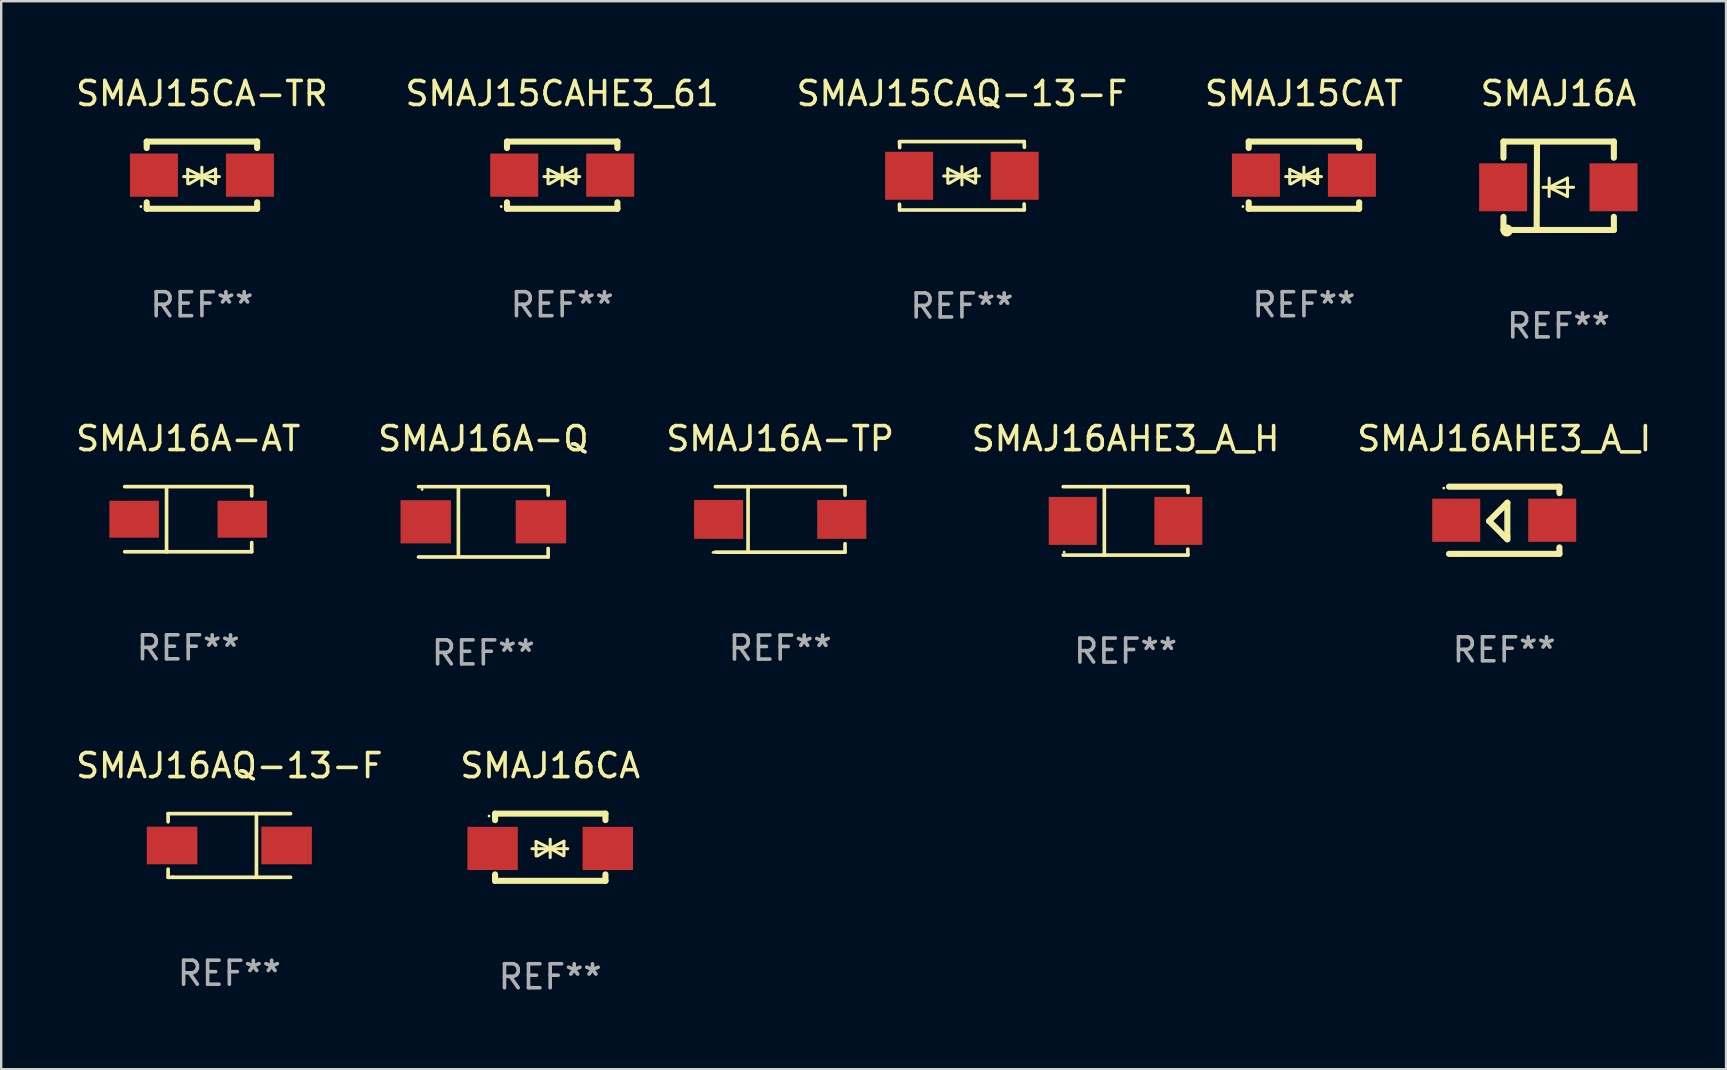
<source format=kicad_pcb>
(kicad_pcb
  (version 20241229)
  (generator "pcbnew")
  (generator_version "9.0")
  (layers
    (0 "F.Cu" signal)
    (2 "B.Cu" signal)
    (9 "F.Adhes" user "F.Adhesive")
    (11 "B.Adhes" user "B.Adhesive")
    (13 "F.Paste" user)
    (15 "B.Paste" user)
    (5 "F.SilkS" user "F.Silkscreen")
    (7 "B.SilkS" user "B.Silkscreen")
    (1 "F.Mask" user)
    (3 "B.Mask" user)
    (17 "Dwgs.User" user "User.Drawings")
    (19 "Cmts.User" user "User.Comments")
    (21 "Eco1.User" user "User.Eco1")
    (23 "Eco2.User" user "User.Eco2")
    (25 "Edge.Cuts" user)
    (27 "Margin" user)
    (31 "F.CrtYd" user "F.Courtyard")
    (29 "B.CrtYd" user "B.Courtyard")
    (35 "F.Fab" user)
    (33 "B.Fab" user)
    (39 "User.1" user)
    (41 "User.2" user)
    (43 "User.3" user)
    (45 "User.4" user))
  (footprint "SMAJ16A-TP"
    (layer "F.Cu")
    (at 29.458 18.592)
    (property "Reference" "SMAJ16A-TP" (at 0 -3.364 0) (layer "F.SilkS") (effects (font (size 1 1) (thickness 0.15))))
    (attr through_hole)
    (fp_line (start -2.701 -1.364) (end 2.701 -1.364) (stroke (width 0.152) (type solid)) (layer "F.SilkS"))
    (fp_line (start -2.701 1.364) (end 2.701 1.364) (stroke (width 0.152) (type solid)) (layer "F.SilkS"))
    (fp_line (start -1.339 -1.364) (end -1.339 1.364) (stroke (width 0.152) (type solid)) (layer "F.SilkS"))
    (fp_line (start 2.701 -1.364) (end 2.701 -1.013) (stroke (width 0.152) (type solid)) (layer "F.SilkS"))
    (fp_line (start 2.701 1.364) (end 2.701 1.013) (stroke (width 0.152) (type solid)) (layer "F.SilkS"))
    (fp_circle (center -2.8 1.375) (end -2.77 1.375) (stroke (width 0.06) (type solid)) (fill no) (layer "F.SilkS"))
    (fp_text user "REF**" (at 0 5.364 0) (layer "F.Fab") (effects (font (size 1 1) (thickness 0.15))))
    (pad "1" smd rect (at -2.565 -0.000025) (size 2.046 1.62) (layers "F.Cu" "F.Mask" "F.Paste"))
    (pad "2" smd rect (at 2.565 -0.000025) (size 2.046 1.62) (layers "F.Cu" "F.Mask" "F.Paste")))
  (footprint "SMAJ16AQ-13-F"
    (layer "F.Cu")
    (at 6.506 32.178)
    (property "Reference" "SMAJ16AQ-13-F" (at 0 -3.326 0) (layer "F.SilkS") (effects (font (size 1 1) (thickness 0.15))))
    (attr through_hole)
    (fp_line (start -2.551 -1.326) (end -2.551 -0.986) (stroke (width 0.152) (type solid)) (layer "F.SilkS"))
    (fp_line (start -2.551 1.326) (end -2.551 0.986) (stroke (width 0.152) (type solid)) (layer "F.SilkS"))
    (fp_line (start 1.129 1.326) (end 1.129 -1.326) (stroke (width 0.152) (type solid)) (layer "F.SilkS"))
    (fp_line (start 2.551 -1.326) (end -2.551 -1.326) (stroke (width 0.152) (type solid)) (layer "F.SilkS"))
    (fp_line (start 2.551 1.326) (end -2.551 1.326) (stroke (width 0.152) (type solid)) (layer "F.SilkS"))
    (fp_circle (center -2.35 1.3) (end -2.32 1.3) (stroke (width 0.06) (type solid)) (fill no) (layer "F.SilkS"))
    (fp_text user "REF**" (at 0 5.326 0) (layer "F.Fab") (effects (font (size 1 1) (thickness 0.15))))
    (pad "1" smd rect (at -2.386 0) (size 2.107 1.566) (layers "F.Cu" "F.Mask" "F.Paste"))
    (pad "2" smd rect (at 2.386 0) (size 2.107 1.566) (layers "F.Cu" "F.Mask" "F.Paste")))
  (footprint "SMAJ15CAQ-13-F"
    (layer "F.Cu")
    (at 37.03 4.274)
    (property "Reference" "SMAJ15CAQ-13-F" (at 0 -3.426 0) (layer "F.SilkS") (effects (font (size 1 1) (thickness 0.15))))
    (attr through_hole)
    (fp_line (start -2.596 -1.426) (end 2.596 -1.426) (stroke (width 0.152) (type solid)) (layer "F.SilkS"))
    (fp_line (start -2.596 1.426) (end -2.603 1.187) (stroke (width 0.152) (type solid)) (layer "F.SilkS"))
    (fp_line (start -2.596 1.426) (end 2.596 1.426) (stroke (width 0.152) (type solid)) (layer "F.SilkS"))
    (fp_line (start -2.593 -1.176) (end -2.6 -1.415) (stroke (width 0.152) (type solid)) (layer "F.SilkS"))
    (fp_line (start -0.758 0.011) (end 0.732 0.011) (stroke (width 0.127) (type solid)) (layer "F.SilkS"))
    (fp_line (start -0.588 -0.289) (end -0.588 0.311) (stroke (width 0.127) (type solid)) (layer "F.SilkS"))
    (fp_line (start -0.588 -0.289) (end 0 0) (stroke (width 0.127) (type solid)) (layer "F.SilkS"))
    (fp_line (start -0.528 0.311) (end 0 0) (stroke (width 0.127) (type solid)) (layer "F.SilkS"))
    (fp_line (start 0 0) (end 0 -0.381) (stroke (width 0.127) (type solid)) (layer "F.SilkS"))
    (fp_line (start 0 0) (end 0 0.381) (stroke (width 0.127) (type solid)) (layer "F.SilkS"))
    (fp_line (start 0.542 0.301) (end 0 0) (stroke (width 0.127) (type solid)) (layer "F.SilkS"))
    (fp_line (start 0.572 -0.299) (end 0 0) (stroke (width 0.127) (type solid)) (layer "F.SilkS"))
    (fp_line (start 0.572 -0.299) (end 0.572 0.301) (stroke (width 0.127) (type solid)) (layer "F.SilkS"))
    (fp_line (start 2.593 1.176) (end 2.6 1.415) (stroke (width 0.152) (type solid)) (layer "F.SilkS"))
    (fp_line (start 2.596 -1.426) (end 2.603 -1.187) (stroke (width 0.152) (type solid)) (layer "F.SilkS"))
    (fp_circle (center -2.605 1.3) (end -2.575 1.3) (stroke (width 0.06) (type solid)) (fill no) (layer "F.SilkS"))
    (fp_text user "REF**" (at 0 5.426 0) (layer "F.Fab") (effects (font (size 1 1) (thickness 0.15))))
    (pad "1" smd rect (at -2.2 0 180) (size 2 2) (layers "F.Cu" "F.Mask" "F.Paste"))
    (pad "2" smd rect (at 2.2 0 180) (size 2 2) (layers "F.Cu" "F.Mask" "F.Paste")))
  (footprint "SMAJ16AHE3_A_H"
    (layer "F.Cu")
    (at 43.851 18.654)
    (property "Reference" "SMAJ16AHE3_A_H" (at 0 -3.426 0) (layer "F.SilkS") (effects (font (size 1 1) (thickness 0.15))))
    (attr through_hole)
    (fp_line (start -2.6 -1.426) (end 2.593 -1.426) (stroke (width 0.152) (type solid)) (layer "F.SilkS"))
    (fp_line (start -2.6 1.426) (end 2.593 1.426) (stroke (width 0.152) (type solid)) (layer "F.SilkS"))
    (fp_line (start -0.887 -1.426) (end -0.887 1.426) (stroke (width 0.152) (type solid)) (layer "F.SilkS"))
    (fp_line (start 2.59 1.176) (end 2.597 1.415) (stroke (width 0.152) (type solid)) (layer "F.SilkS"))
    (fp_line (start 2.593 -1.426) (end 2.6 -1.187) (stroke (width 0.152) (type solid)) (layer "F.SilkS"))
    (fp_circle (center -2.563 1.3) (end -2.533 1.3) (stroke (width 0.06) (type solid)) (fill no) (layer "F.SilkS"))
    (fp_text user "REF**" (at 0 5.426 0) (layer "F.Fab") (effects (font (size 1 1) (thickness 0.15))))
    (pad "1" smd rect (at -2.203 -0.000025 180) (size 2 2) (layers "F.Cu" "F.Mask" "F.Paste"))
    (pad "2" smd rect (at 2.197 -0.000025 180) (size 2 2) (layers "F.Cu" "F.Mask" "F.Paste")))
  (footprint "SMAJ16A-AT"
    (layer "F.Cu")
    (at 4.792 18.586)
    (property "Reference" "SMAJ16A-AT" (at 0 -3.359 0) (layer "F.SilkS") (effects (font (size 1 1) (thickness 0.15))))
    (attr through_hole)
    (fp_line (start -2.646 -1.359) (end 2.646 -1.359) (stroke (width 0.152) (type solid)) (layer "F.SilkS"))
    (fp_line (start -2.646 1.354) (end 2.646 1.354) (stroke (width 0.152) (type solid)) (layer "F.SilkS"))
    (fp_line (start -0.902 -1.354) (end -0.902 1.359) (stroke (width 0.152) (type solid)) (layer "F.SilkS"))
    (fp_line (start 2.646 -1.359) (end 2.646 -0.975) (stroke (width 0.152) (type solid)) (layer "F.SilkS"))
    (fp_line (start 2.646 1.354) (end 2.646 0.97) (stroke (width 0.152) (type solid)) (layer "F.SilkS"))
    (fp_circle (center 2.55 -1.352) (end 2.58 -1.352) (stroke (width 0.06) (type solid)) (fill no) (layer "F.SilkS"))
    (fp_text user "REF**" (at 0 5.359 0) (layer "F.Fab") (effects (font (size 1 1) (thickness 0.15))))
    (pad "1" smd rect (at 2.254 -0.002) (size 2.063 1.539) (layers "F.Cu" "F.Mask" "F.Paste"))
    (pad "2" smd rect (at -2.254 -0.002) (size 2.063 1.539) (layers "F.Cu" "F.Mask" "F.Paste")))
  (footprint "SMAJ16AHE3_A_I"
    (layer "F.Cu")
    (at 59.625 18.628)
    (property "Reference" "SMAJ16AHE3_A_I" (at 0 -3.4 0) (layer "F.SilkS") (effects (font (size 1 1) (thickness 0.15))))
    (attr through_hole)
    (fp_line (start -2.3 -1.4) (end 2.3 -1.4) (stroke (width 0.254) (type solid)) (layer "F.SilkS"))
    (fp_line (start -2.3 1.4) (end 2.3 1.4) (stroke (width 0.254) (type solid)) (layer "F.SilkS"))
    (fp_line (start -0.631 0.03) (end 0.131 -0.732) (stroke (width 0.254) (type solid)) (layer "F.SilkS"))
    (fp_line (start 0.004 0.665) (end -0.631 0.03) (stroke (width 0.254) (type solid)) (layer "F.SilkS"))
    (fp_line (start 0.131 -0.732) (end 0.131 0.665) (stroke (width 0.254) (type solid)) (layer "F.SilkS"))
    (fp_line (start 0.131 0.665) (end 0.131 0.792) (stroke (width 0.254) (type solid)) (layer "F.SilkS"))
    (fp_line (start 0.131 0.792) (end 0.004 0.665) (stroke (width 0.254) (type solid)) (layer "F.SilkS"))
    (fp_line (start 2.3 -1.4) (end 2.3 -1.131) (stroke (width 0.254) (type solid)) (layer "F.SilkS"))
    (fp_line (start 2.3 1.131) (end 2.3 1.4) (stroke (width 0.254) (type solid)) (layer "F.SilkS"))
    (fp_circle (center -2.517 -1.342) (end -2.487 -1.342) (stroke (width 0.06) (type solid)) (fill no) (layer "F.SilkS"))
    (fp_text user "REF**" (at 0 5.4 0) (layer "F.Fab") (effects (font (size 1 1) (thickness 0.15))))
    (pad "1" smd rect (at -2 -0.000127) (size 2 1.8) (layers "F.Cu" "F.Mask" "F.Paste"))
    (pad "2" smd rect (at 2 -0.000127) (size 2 1.8) (layers "F.Cu" "F.Mask" "F.Paste")))
  (footprint "SMAJ15CA-TR"
    (layer "F.Cu")
    (at 5.363 4.248)
    (property "Reference" "SMAJ15CA-TR" (at 0 -3.4 0) (layer "F.SilkS") (effects (font (size 1 1) (thickness 0.15))))
    (attr through_hole)
    (fp_line (start -2.3 -1.4) (end -2.3 -1.131) (stroke (width 0.254) (type solid)) (layer "F.SilkS"))
    (fp_line (start -2.3 -1.4) (end 2.3 -1.4) (stroke (width 0.254) (type solid)) (layer "F.SilkS"))
    (fp_line (start -2.3 1.131) (end -2.3 1.4) (stroke (width 0.254) (type solid)) (layer "F.SilkS"))
    (fp_line (start -2.3 1.4) (end 2.3 1.4) (stroke (width 0.254) (type solid)) (layer "F.SilkS"))
    (fp_line (start -0.76 0.06) (end 0.73 0.06) (stroke (width 0.127) (type solid)) (layer "F.SilkS"))
    (fp_line (start -0.59 -0.24) (end -0.59 0.36) (stroke (width 0.127) (type solid)) (layer "F.SilkS"))
    (fp_line (start -0.59 -0.24) (end -0.002 0.049) (stroke (width 0.127) (type solid)) (layer "F.SilkS"))
    (fp_line (start -0.53 0.36) (end -0.002 0.049) (stroke (width 0.127) (type solid)) (layer "F.SilkS"))
    (fp_line (start -0.002 0.049) (end -0.002 -0.332) (stroke (width 0.127) (type solid)) (layer "F.SilkS"))
    (fp_line (start -0.002 0.049) (end -0.002 0.43) (stroke (width 0.127) (type solid)) (layer "F.SilkS"))
    (fp_line (start 0.54 0.35) (end -0.002 0.049) (stroke (width 0.127) (type solid)) (layer "F.SilkS"))
    (fp_line (start 0.57 -0.25) (end -0.002 0.049) (stroke (width 0.127) (type solid)) (layer "F.SilkS"))
    (fp_line (start 0.57 -0.25) (end 0.57 0.35) (stroke (width 0.127) (type solid)) (layer "F.SilkS"))
    (fp_line (start 2.3 -1.4) (end 2.3 -1.131) (stroke (width 0.254) (type solid)) (layer "F.SilkS"))
    (fp_line (start 2.3 1.131) (end 2.3 1.4) (stroke (width 0.254) (type solid)) (layer "F.SilkS"))
    (fp_circle (center -2.542 1.308) (end -2.512 1.308) (stroke (width 0.06) (type solid)) (fill no) (layer "F.SilkS"))
    (fp_text user "REF**" (at 0 5.4 0) (layer "F.Fab") (effects (font (size 1 1) (thickness 0.15))))
    (pad "1" smd rect (at -2 0) (size 2 1.8) (layers "F.Cu" "F.Mask" "F.Paste"))
    (pad "2" smd rect (at 2 0) (size 2 1.8) (layers "F.Cu" "F.Mask" "F.Paste")))
  (footprint "SMAJ16A"
    (layer "F.Cu")
    (at 61.887 4.69)
    (property "Reference" "SMAJ16A" (at 0 -3.842 0) (layer "F.SilkS") (effects (font (size 1 1) (thickness 0.15))))
    (attr through_hole)
    (fp_line (start -2.293 -1.842) (end -2.293 -1.168) (stroke (width 0.254) (type solid)) (layer "F.SilkS"))
    (fp_line (start -2.293 -1.842) (end 2.307 -1.842) (stroke (width 0.254) (type solid)) (layer "F.SilkS"))
    (fp_line (start -2.293 1.295) (end -2.293 1.842) (stroke (width 0.254) (type solid)) (layer "F.SilkS"))
    (fp_line (start -2.293 1.842) (end 2.307 1.842) (stroke (width 0.254) (type solid)) (layer "F.SilkS"))
    (fp_line (start -0.896 -1.736) (end -0.91 1.842) (stroke (width 0.254) (type solid)) (layer "F.SilkS"))
    (fp_line (start -0.388 0.064) (end -0.388 -0.318) (stroke (width 0.127) (type solid)) (layer "F.SilkS"))
    (fp_line (start -0.388 0.064) (end -0.388 0.445) (stroke (width 0.127) (type solid)) (layer "F.SilkS"))
    (fp_line (start 0.374 -0.318) (end -0.388 0.064) (stroke (width 0.127) (type solid)) (layer "F.SilkS"))
    (fp_line (start 0.374 0.064) (end 0.374 -0.318) (stroke (width 0.127) (type solid)) (layer "F.SilkS"))
    (fp_line (start 0.374 0.064) (end 0.374 0.445) (stroke (width 0.127) (type solid)) (layer "F.SilkS"))
    (fp_line (start 0.374 0.445) (end -0.388 0.064) (stroke (width 0.127) (type solid)) (layer "F.SilkS"))
    (fp_line (start 0.628 0.064) (end -0.642 0.064) (stroke (width 0.127) (type solid)) (layer "F.SilkS"))
    (fp_line (start 2.307 -1.842) (end 2.307 -1.168) (stroke (width 0.254) (type solid)) (layer "F.SilkS"))
    (fp_line (start 2.307 1.295) (end 2.307 1.842) (stroke (width 0.254) (type solid)) (layer "F.SilkS"))
    (fp_circle (center -2.157 1.863) (end -2.03 1.863) (stroke (width 0.254) (type solid)) (fill no) (layer "F.SilkS"))
    (fp_text user "REF**" (at 0 5.842 0) (layer "F.Fab") (effects (font (size 1 1) (thickness 0.15))))
    (pad "1" smd rect (at -2.307 0.064 180) (size 2 2) (layers "F.Cu" "F.Mask" "F.Paste"))
    (pad "2" smd rect (at 2.293 0.064 180) (size 2 2) (layers "F.Cu" "F.Mask" "F.Paste")))
  (footprint "SMAJ16A-Q"
    (layer "F.Cu")
    (at 17.089 18.692)
    (property "Reference" "SMAJ16A-Q" (at 0 -3.464 0) (layer "F.SilkS") (effects (font (size 1 1) (thickness 0.15))))
    (attr through_hole)
    (fp_line (start -2.701 -1.464) (end 2.701 -1.464) (stroke (width 0.152) (type solid)) (layer "F.SilkS"))
    (fp_line (start -2.701 1.464) (end 2.701 1.464) (stroke (width 0.152) (type solid)) (layer "F.SilkS"))
    (fp_line (start -1.039 -1.364) (end -1.039 1.364) (stroke (width 0.152) (type solid)) (layer "F.SilkS"))
    (fp_line (start 2.701 -1.464) (end 2.701 -1.113) (stroke (width 0.152) (type solid)) (layer "F.SilkS"))
    (fp_line (start 2.701 1.464) (end 2.701 1.113) (stroke (width 0.152) (type solid)) (layer "F.SilkS"))
    (fp_circle (center -2.55 -1.35) (end -2.52 -1.35) (stroke (width 0.06) (type solid)) (fill no) (layer "F.SilkS"))
    (fp_text user "REF**" (at 0 5.464 0) (layer "F.Fab") (effects (font (size 1 1) (thickness 0.15))))
    (pad "1" smd rect (at -2.4 0) (size 2.1 1.8) (layers "F.Cu" "F.Mask" "F.Paste"))
    (pad "2" smd rect (at 2.4 0) (size 2.1 1.8) (layers "F.Cu" "F.Mask" "F.Paste")))
  (footprint "SMAJ15CAHE3_61"
    (layer "F.Cu")
    (at 20.375 4.248)
    (property "Reference" "SMAJ15CAHE3_61" (at 0 -3.4 0) (layer "F.SilkS") (effects (font (size 1 1) (thickness 0.15))))
    (attr through_hole)
    (fp_line (start -2.3 -1.4) (end -2.3 -1.131) (stroke (width 0.254) (type solid)) (layer "F.SilkS"))
    (fp_line (start -2.3 -1.4) (end 2.3 -1.4) (stroke (width 0.254) (type solid)) (layer "F.SilkS"))
    (fp_line (start -2.3 1.131) (end -2.3 1.4) (stroke (width 0.254) (type solid)) (layer "F.SilkS"))
    (fp_line (start -2.3 1.4) (end 2.3 1.4) (stroke (width 0.254) (type solid)) (layer "F.SilkS"))
    (fp_line (start -0.76 0.06) (end 0.73 0.06) (stroke (width 0.127) (type solid)) (layer "F.SilkS"))
    (fp_line (start -0.59 -0.24) (end -0.59 0.36) (stroke (width 0.127) (type solid)) (layer "F.SilkS"))
    (fp_line (start -0.59 -0.24) (end -0.002 0.049) (stroke (width 0.127) (type solid)) (layer "F.SilkS"))
    (fp_line (start -0.53 0.36) (end -0.002 0.049) (stroke (width 0.127) (type solid)) (layer "F.SilkS"))
    (fp_line (start -0.002 0.049) (end -0.002 -0.332) (stroke (width 0.127) (type solid)) (layer "F.SilkS"))
    (fp_line (start -0.002 0.049) (end -0.002 0.43) (stroke (width 0.127) (type solid)) (layer "F.SilkS"))
    (fp_line (start 0.54 0.35) (end -0.002 0.049) (stroke (width 0.127) (type solid)) (layer "F.SilkS"))
    (fp_line (start 0.57 -0.25) (end -0.002 0.049) (stroke (width 0.127) (type solid)) (layer "F.SilkS"))
    (fp_line (start 0.57 -0.25) (end 0.57 0.35) (stroke (width 0.127) (type solid)) (layer "F.SilkS"))
    (fp_line (start 2.3 -1.4) (end 2.3 -1.131) (stroke (width 0.254) (type solid)) (layer "F.SilkS"))
    (fp_line (start 2.3 1.131) (end 2.3 1.4) (stroke (width 0.254) (type solid)) (layer "F.SilkS"))
    (fp_circle (center -2.542 1.308) (end -2.512 1.308) (stroke (width 0.06) (type solid)) (fill no) (layer "F.SilkS"))
    (fp_text user "REF**" (at 0 5.4 0) (layer "F.Fab") (effects (font (size 1 1) (thickness 0.15))))
    (pad "1" smd rect (at -2 0) (size 2 1.8) (layers "F.Cu" "F.Mask" "F.Paste"))
    (pad "2" smd rect (at 2 0) (size 2 1.8) (layers "F.Cu" "F.Mask" "F.Paste")))
  (footprint "SMAJ16CA"
    (layer "F.Cu")
    (at 19.875 32.252)
    (property "Reference" "SMAJ16CA" (at 0 -3.4 0) (layer "F.SilkS") (effects (font (size 1 1) (thickness 0.15))))
    (attr through_hole)
    (fp_line (start -2.298 -1.4) (end -2.298 -1.131) (stroke (width 0.254) (type solid)) (layer "F.SilkS"))
    (fp_line (start -2.298 -1.4) (end 2.302 -1.4) (stroke (width 0.254) (type solid)) (layer "F.SilkS"))
    (fp_line (start -2.298 1.131) (end -2.298 1.4) (stroke (width 0.254) (type solid)) (layer "F.SilkS"))
    (fp_line (start -2.298 1.4) (end 2.302 1.4) (stroke (width 0.254) (type solid)) (layer "F.SilkS"))
    (fp_line (start -0.758 0.06) (end 0.732 0.06) (stroke (width 0.127) (type solid)) (layer "F.SilkS"))
    (fp_line (start -0.588 -0.24) (end -0.588 0.36) (stroke (width 0.127) (type solid)) (layer "F.SilkS"))
    (fp_line (start -0.588 -0.24) (end 0.000025 0.049) (stroke (width 0.127) (type solid)) (layer "F.SilkS"))
    (fp_line (start -0.528 0.36) (end 0.000025 0.049) (stroke (width 0.127) (type solid)) (layer "F.SilkS"))
    (fp_line (start 0.000025 0.049) (end 0.000025 -0.332) (stroke (width 0.127) (type solid)) (layer "F.SilkS"))
    (fp_line (start 0.000025 0.049) (end 0.000025 0.43) (stroke (width 0.127) (type solid)) (layer "F.SilkS"))
    (fp_line (start 0.542 0.35) (end 0.000025 0.049) (stroke (width 0.127) (type solid)) (layer "F.SilkS"))
    (fp_line (start 0.572 -0.25) (end 0.000025 0.049) (stroke (width 0.127) (type solid)) (layer "F.SilkS"))
    (fp_line (start 0.572 -0.25) (end 0.572 0.35) (stroke (width 0.127) (type solid)) (layer "F.SilkS"))
    (fp_line (start 2.302 -1.4) (end 2.302 -1.131) (stroke (width 0.254) (type solid)) (layer "F.SilkS"))
    (fp_line (start 2.302 1.131) (end 2.302 1.4) (stroke (width 0.254) (type solid)) (layer "F.SilkS"))
    (fp_circle (center -2.549 -1.301) (end -2.519 -1.301) (stroke (width 0.06) (type solid)) (fill no) (layer "F.SilkS"))
    (fp_text user "REF**" (at 0 5.4 0) (layer "F.Fab") (effects (font (size 1 1) (thickness 0.15))))
    (pad "1" smd rect (at -2.4 0.049) (size 2.1 1.8) (layers "F.Cu" "F.Mask" "F.Paste"))
    (pad "2" smd rect (at 2.4 0.049) (size 2.1 1.8) (layers "F.Cu" "F.Mask" "F.Paste")))
  (footprint "SMAJ15CAT"
    (layer "F.Cu")
    (at 51.28 4.248)
    (property "Reference" "SMAJ15CAT" (at 0 -3.4 0) (layer "F.SilkS") (effects (font (size 1 1) (thickness 0.15))))
    (attr through_hole)
    (fp_line (start -2.3 -1.4) (end -2.3 -1.131) (stroke (width 0.254) (type solid)) (layer "F.SilkS"))
    (fp_line (start -2.3 -1.4) (end 2.3 -1.4) (stroke (width 0.254) (type solid)) (layer "F.SilkS"))
    (fp_line (start -2.3 1.131) (end -2.3 1.4) (stroke (width 0.254) (type solid)) (layer "F.SilkS"))
    (fp_line (start -2.3 1.4) (end 2.3 1.4) (stroke (width 0.254) (type solid)) (layer "F.SilkS"))
    (fp_line (start -0.76 0.06) (end 0.73 0.06) (stroke (width 0.127) (type solid)) (layer "F.SilkS"))
    (fp_line (start -0.59 -0.24) (end -0.59 0.36) (stroke (width 0.127) (type solid)) (layer "F.SilkS"))
    (fp_line (start -0.59 -0.24) (end -0.002 0.049) (stroke (width 0.127) (type solid)) (layer "F.SilkS"))
    (fp_line (start -0.53 0.36) (end -0.002 0.049) (stroke (width 0.127) (type solid)) (layer "F.SilkS"))
    (fp_line (start -0.002 0.049) (end -0.002 -0.332) (stroke (width 0.127) (type solid)) (layer "F.SilkS"))
    (fp_line (start -0.002 0.049) (end -0.002 0.43) (stroke (width 0.127) (type solid)) (layer "F.SilkS"))
    (fp_line (start 0.54 0.35) (end -0.002 0.049) (stroke (width 0.127) (type solid)) (layer "F.SilkS"))
    (fp_line (start 0.57 -0.25) (end -0.002 0.049) (stroke (width 0.127) (type solid)) (layer "F.SilkS"))
    (fp_line (start 0.57 -0.25) (end 0.57 0.35) (stroke (width 0.127) (type solid)) (layer "F.SilkS"))
    (fp_line (start 2.3 -1.4) (end 2.3 -1.131) (stroke (width 0.254) (type solid)) (layer "F.SilkS"))
    (fp_line (start 2.3 1.131) (end 2.3 1.4) (stroke (width 0.254) (type solid)) (layer "F.SilkS"))
    (fp_circle (center -2.542 1.308) (end -2.512 1.308) (stroke (width 0.06) (type solid)) (fill no) (layer "F.SilkS"))
    (fp_text user "REF**" (at 0 5.4 0) (layer "F.Fab") (effects (font (size 1 1) (thickness 0.15))))
    (pad "1" smd rect (at -2 0) (size 2 1.8) (layers "F.Cu" "F.Mask" "F.Paste"))
    (pad "2" smd rect (at 2 0) (size 2 1.8) (layers "F.Cu" "F.Mask" "F.Paste")))
  (gr_rect
    (start -3 -3)
    (end 68.869 41.5)
    (stroke (width 0.1) (type default))
    (fill no)
    (layer "Edge.Cuts")))
</source>
